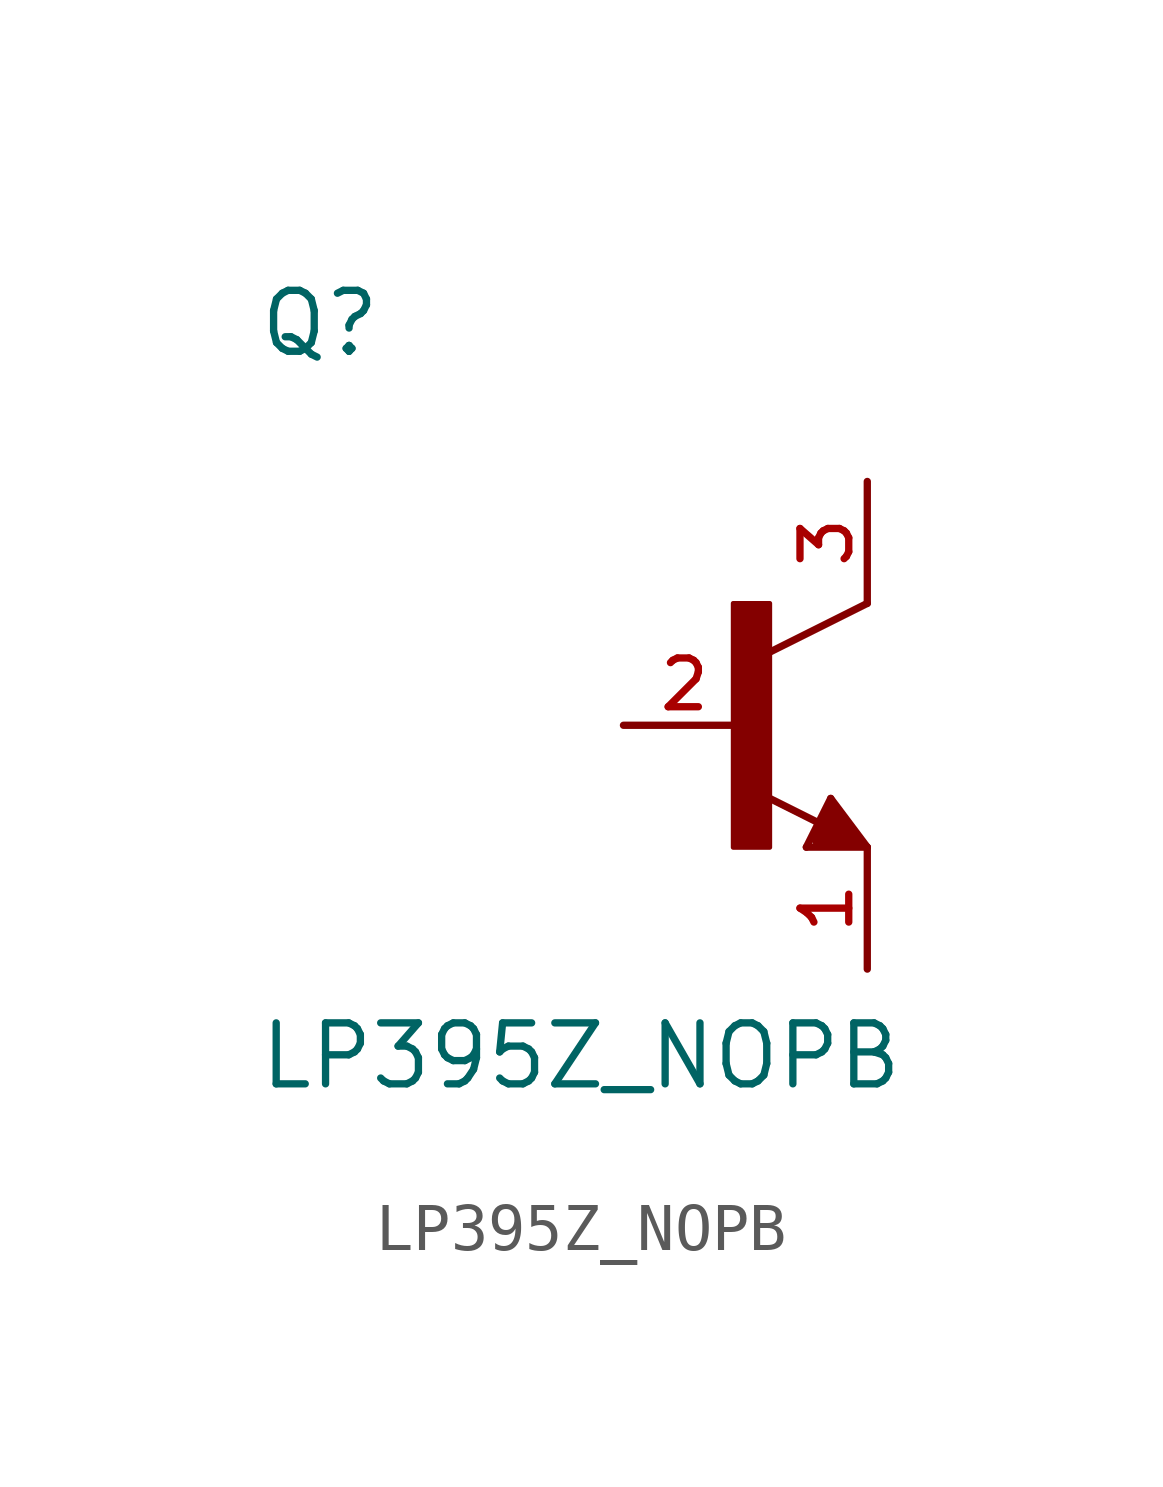
<source format=kicad_sym>
(kicad_symbol_lib
  (version 20211014)
  (generator kicad_symbol_editor)
  (symbol "LP395Z_NOPB"
    (pin_names
      (offset 1.016))
    (property "Reference" "Q"
      (at -10.172 7.629 0)
      (effects (font (size 1.27 1.27)) (justify bottom left)))
    (property "Value" "LP395Z_NOPB"
      (at -10.178 -7.634 0)
      (effects (font (size 1.27 1.27)) (justify bottom left)))
    (symbol "LP395Z_NOPB_0_0"
      (polyline (pts (xy 2.54 2.54) (xy 0.508 1.524)) (stroke (width 0.152)))
      (polyline (pts (xy 1.778 -1.524) (xy 2.54 -2.54)) (stroke (width 0.152)))
      (polyline (pts (xy 2.54 -2.54) (xy 1.27 -2.54)) (stroke (width 0.152)))
      (polyline (pts (xy 1.27 -2.54) (xy 1.778 -1.524)) (stroke (width 0.152)))
      (polyline (pts (xy 1.54 -2.04) (xy 0.308 -1.424)) (stroke (width 0.152)))
      (polyline (pts (xy 1.524 -2.413) (xy 2.286 -2.413)) (stroke (width 0.254)))
      (polyline (pts (xy 2.286 -2.413) (xy 1.778 -1.778)) (stroke (width 0.254)))
      (polyline (pts (xy 1.778 -1.778) (xy 1.524 -2.286)) (stroke (width 0.254)))
      (polyline (pts (xy 1.524 -2.286) (xy 1.905 -2.286)) (stroke (width 0.254)))
      (polyline (pts (xy 1.905 -2.286) (xy 1.778 -2.032)) (stroke (width 0.254)))
      (rectangle (start -0.254 -2.544) (end 0.508 2.54) (stroke (width 0.1)) (fill (type outline)))
      (pin passive line (at -2.54 0.0 0) (length 2.54) (name "~" (effects (font (size 1.016 1.016)))) (number "2" (effects (font (size 1.016 1.016)))))
      (pin passive line (at 2.54 -5.08 90.0) (length 2.54) (name "~" (effects (font (size 1.016 1.016)))) (number "1" (effects (font (size 1.016 1.016)))))
      (pin passive line (at 2.54 5.08 270.0) (length 2.54) (name "~" (effects (font (size 1.016 1.016)))) (number "3" (effects (font (size 1.016 1.016))))))))
</source>
